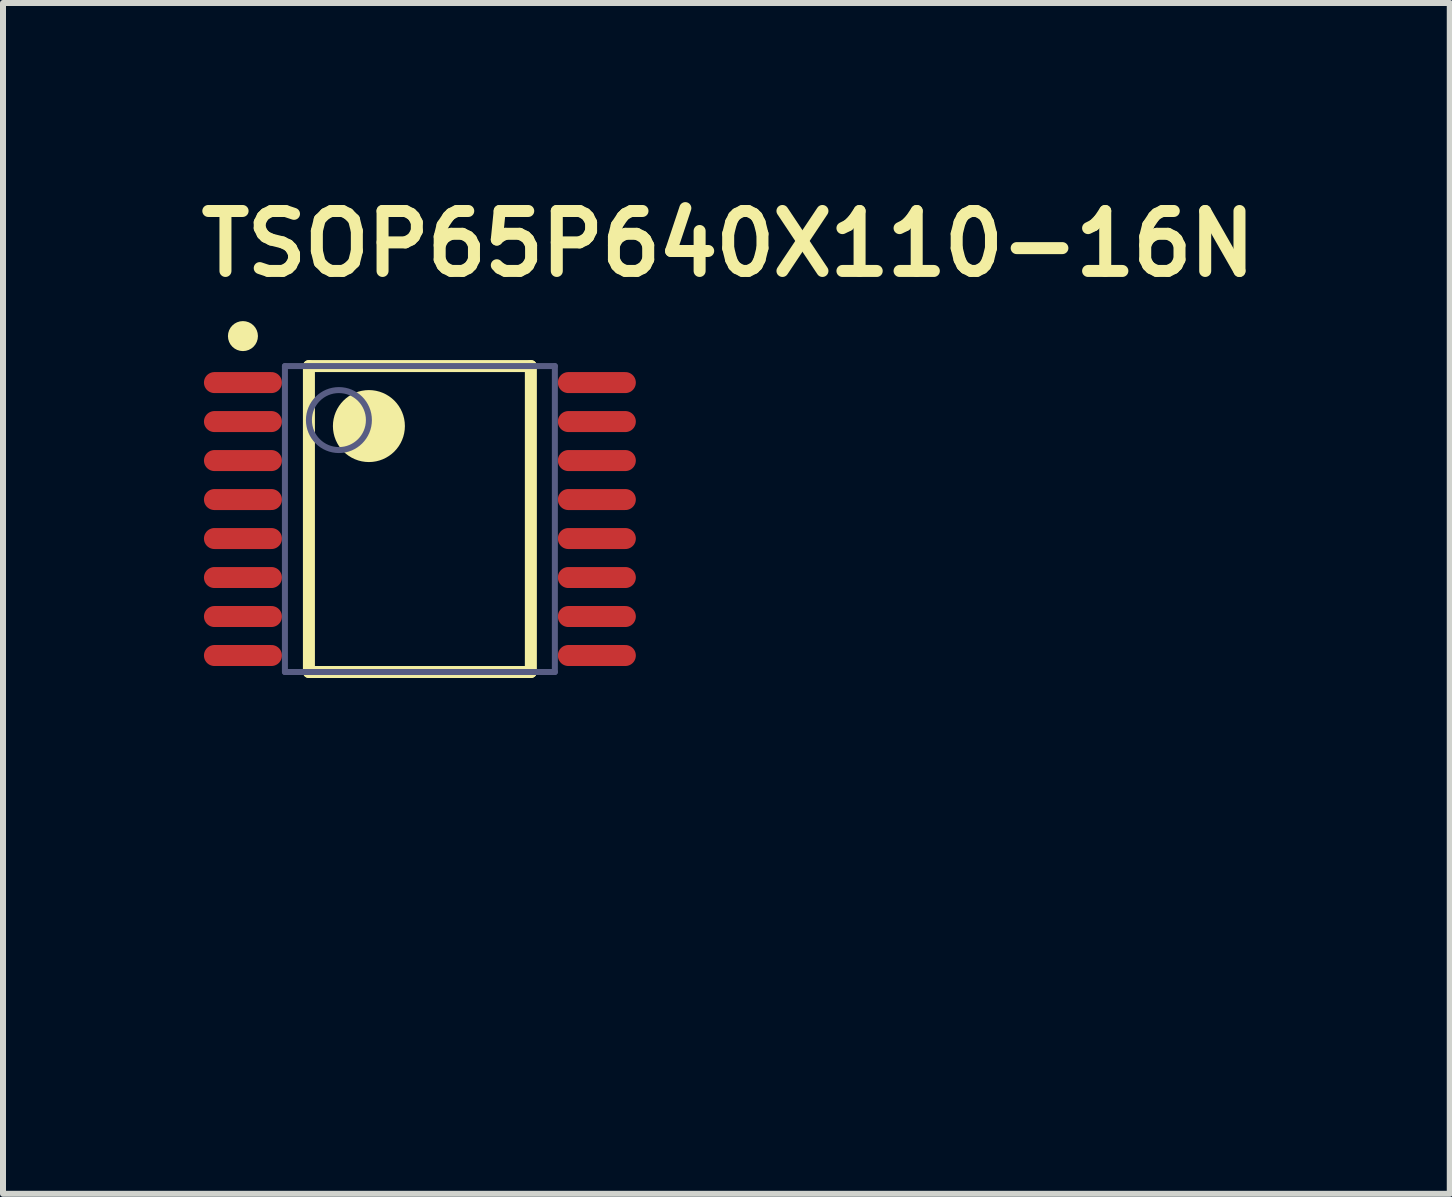
<source format=kicad_pcb>
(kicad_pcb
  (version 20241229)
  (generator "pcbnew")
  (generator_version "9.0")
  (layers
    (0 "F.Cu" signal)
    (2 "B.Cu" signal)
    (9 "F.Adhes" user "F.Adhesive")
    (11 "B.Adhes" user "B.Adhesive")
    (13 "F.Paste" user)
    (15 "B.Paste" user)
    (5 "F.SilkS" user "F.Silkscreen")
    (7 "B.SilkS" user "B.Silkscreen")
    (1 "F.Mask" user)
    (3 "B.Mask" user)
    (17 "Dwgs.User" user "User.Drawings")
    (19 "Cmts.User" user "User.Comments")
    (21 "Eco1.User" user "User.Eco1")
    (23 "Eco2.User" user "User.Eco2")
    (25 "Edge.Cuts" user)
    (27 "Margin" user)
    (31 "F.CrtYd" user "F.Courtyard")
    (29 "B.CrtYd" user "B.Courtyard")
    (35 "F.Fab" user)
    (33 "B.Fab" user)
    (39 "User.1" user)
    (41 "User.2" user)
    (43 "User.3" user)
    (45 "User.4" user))
  (footprint "TSOP65P640X110-16N"
    (layer "F.Cu")
    (at 3.95 5.603)
    (property "Reference" "TSOP65P640X110-16N" (at -3.754 -4.003 0) (unlocked yes) (layer "F.SilkS") (effects (font (size 1 1) (thickness 0.2)) (justify left bottom)))
    (fp_line (start -1.85 -2.55) (end 1.85 -2.55) (stroke (width 0.2) (type solid)) (layer "F.SilkS"))
    (fp_line (start -1.85 2.55) (end -1.85 -2.55) (stroke (width 0.2) (type solid)) (layer "F.SilkS"))
    (fp_line (start -1.85 2.55) (end 1.85 2.55) (stroke (width 0.2) (type solid)) (layer "F.SilkS"))
    (fp_line (start 1.85 2.55) (end 1.85 -2.55) (stroke (width 0.2) (type solid)) (layer "F.SilkS"))
    (fp_circle (center -2.95 -3.05) (end -2.95 -3.175) (stroke (width 0.25) (type solid)) (fill no) (layer "F.SilkS"))
    (fp_circle (center -0.85 -1.55) (end -0.85 -1.85) (stroke (width 0.6) (type solid)) (fill no) (layer "F.SilkS"))
    (fp_line (start -3.9 -2.8) (end 3.9 -2.8) (stroke (width 0.1) (type solid)) (layer "Eco1.User"))
    (fp_line (start -3.9 2.8) (end -3.9 -2.8) (stroke (width 0.1) (type solid)) (layer "Eco1.User"))
    (fp_line (start -3.9 2.8) (end 3.9 2.8) (stroke (width 0.1) (type solid)) (layer "Eco1.User"))
    (fp_line (start -0.5 0) (end 0.5 0) (stroke (width 0.1) (type solid)) (layer "Eco1.User"))
    (fp_line (start 0 0.5) (end 0 -0.5) (stroke (width 0.1) (type solid)) (layer "Eco1.User"))
    (fp_line (start 3.9 2.8) (end 3.9 -2.8) (stroke (width 0.1) (type solid)) (layer "Eco1.User"))
    (fp_line (start -2.25 -2.55) (end 2.25 -2.55) (stroke (width 0.1) (type solid)) (layer "B.Fab"))
    (fp_line (start -2.25 2.55) (end -2.25 -2.55) (stroke (width 0.1) (type solid)) (layer "B.Fab"))
    (fp_line (start -2.25 2.55) (end 2.25 2.55) (stroke (width 0.1) (type solid)) (layer "B.Fab"))
    (fp_line (start 2.25 2.55) (end 2.25 -2.55) (stroke (width 0.1) (type solid)) (layer "B.Fab"))
    (fp_circle (center -1.35 -1.65) (end -1.35 -2.15) (stroke (width 0.1) (type solid)) (fill no) (layer "B.Fab"))
    (fp_text user "${REFERENCE}" (at 0.725 2.375 90) (unlocked yes) (layer "User.2") (effects (font (size 0.65 0.65) (thickness 0.254))))
    (pad "1" smd oval (at -2.95 -2.275 90) (size 0.35 1.3) (layers "F.Cu" "F.Mask" "F.Paste"))
    (pad "2" smd oval (at -2.95 -1.625 90) (size 0.35 1.3) (layers "F.Cu" "F.Mask" "F.Paste"))
    (pad "3" smd oval (at -2.95 -0.975 90) (size 0.35 1.3) (layers "F.Cu" "F.Mask" "F.Paste"))
    (pad "4" smd oval (at -2.95 -0.325 90) (size 0.35 1.3) (layers "F.Cu" "F.Mask" "F.Paste"))
    (pad "5" smd oval (at -2.95 0.325 90) (size 0.35 1.3) (layers "F.Cu" "F.Mask" "F.Paste"))
    (pad "6" smd oval (at -2.95 0.975 90) (size 0.35 1.3) (layers "F.Cu" "F.Mask" "F.Paste"))
    (pad "7" smd oval (at -2.95 1.625 90) (size 0.35 1.3) (layers "F.Cu" "F.Mask" "F.Paste"))
    (pad "8" smd oval (at -2.95 2.275 90) (size 0.35 1.3) (layers "F.Cu" "F.Mask" "F.Paste"))
    (pad "9" smd oval (at 2.95 2.275 90) (size 0.35 1.3) (layers "F.Cu" "F.Mask" "F.Paste"))
    (pad "10" smd oval (at 2.95 1.625 90) (size 0.35 1.3) (layers "F.Cu" "F.Mask" "F.Paste"))
    (pad "11" smd oval (at 2.95 0.975 90) (size 0.35 1.3) (layers "F.Cu" "F.Mask" "F.Paste"))
    (pad "12" smd oval (at 2.95 0.325 90) (size 0.35 1.3) (layers "F.Cu" "F.Mask" "F.Paste"))
    (pad "13" smd oval (at 2.95 -0.325 90) (size 0.35 1.3) (layers "F.Cu" "F.Mask" "F.Paste"))
    (pad "14" smd oval (at 2.95 -0.975 90) (size 0.35 1.3) (layers "F.Cu" "F.Mask" "F.Paste"))
    (pad "15" smd oval (at 2.95 -1.625 90) (size 0.35 1.3) (layers "F.Cu" "F.Mask" "F.Paste"))
    (pad "16" smd oval (at 2.95 -2.275 90) (size 0.35 1.3) (layers "F.Cu" "F.Mask" "F.Paste")))
  (gr_rect
    (start -3 -3)
    (end 21.119 16.852)
    (stroke (width 0.1) (type default))
    (fill no)
    (layer "Edge.Cuts")))
</source>
